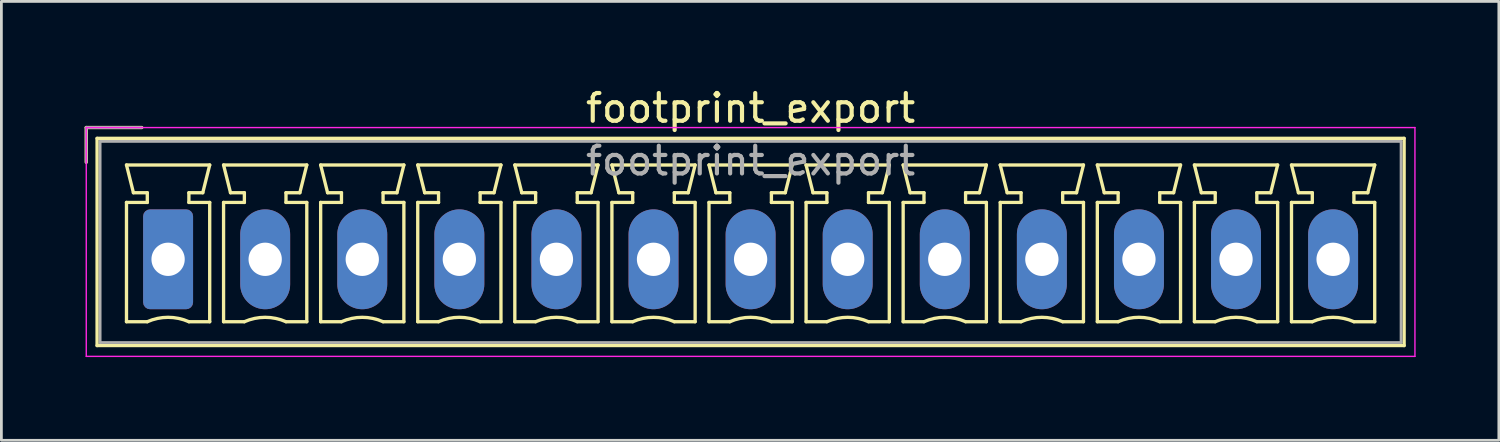
<source format=kicad_pcb>
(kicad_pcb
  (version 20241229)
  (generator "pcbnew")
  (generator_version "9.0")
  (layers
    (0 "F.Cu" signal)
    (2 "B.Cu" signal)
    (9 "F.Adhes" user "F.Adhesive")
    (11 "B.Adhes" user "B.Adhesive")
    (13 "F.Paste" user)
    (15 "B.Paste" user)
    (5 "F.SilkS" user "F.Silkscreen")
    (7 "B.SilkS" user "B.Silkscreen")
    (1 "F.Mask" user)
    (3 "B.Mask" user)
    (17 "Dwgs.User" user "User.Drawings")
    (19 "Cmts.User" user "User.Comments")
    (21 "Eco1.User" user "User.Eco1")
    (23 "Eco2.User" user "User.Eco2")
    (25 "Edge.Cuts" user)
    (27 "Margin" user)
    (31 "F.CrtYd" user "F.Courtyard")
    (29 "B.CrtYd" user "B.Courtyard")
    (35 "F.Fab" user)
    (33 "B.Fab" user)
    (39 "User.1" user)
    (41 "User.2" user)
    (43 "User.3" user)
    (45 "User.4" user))
  (footprint "footprint_export"
    (layer "F.Cu")
    (at 3.01 6.298)
    (property "Reference" "footprint_export" (at 21 -5.45 0) (layer "F.SilkS") (effects (font (size 1 1) (thickness 0.15))))
    (attr through_hole)
    (fp_line (start -2.95 -4.75) (end -0.95 -4.75) (stroke (width 0.12) (type solid)) (layer "F.SilkS"))
    (fp_line (start -2.95 -3.5) (end -2.95 -4.75) (stroke (width 0.12) (type solid)) (layer "F.SilkS"))
    (fp_line (start -2.56 -4.36) (end -2.56 3.11) (stroke (width 0.12) (type solid)) (layer "F.SilkS"))
    (fp_line (start -2.56 3.11) (end 44.56 3.11) (stroke (width 0.12) (type solid)) (layer "F.SilkS"))
    (fp_line (start -1.5 -3.4) (end 1.5 -3.4) (stroke (width 0.12) (type solid)) (layer "F.SilkS"))
    (fp_line (start -1.5 -2.05) (end -0.75 -2.05) (stroke (width 0.12) (type solid)) (layer "F.SilkS"))
    (fp_line (start -1.5 2.25) (end -1.5 -2.05) (stroke (width 0.12) (type solid)) (layer "F.SilkS"))
    (fp_line (start -1.25 -2.4) (end -1.5 -3.4) (stroke (width 0.12) (type solid)) (layer "F.SilkS"))
    (fp_line (start -0.75 -2.4) (end -1.25 -2.4) (stroke (width 0.12) (type solid)) (layer "F.SilkS"))
    (fp_line (start -0.75 -2.05) (end -0.75 -2.4) (stroke (width 0.12) (type solid)) (layer "F.SilkS"))
    (fp_line (start -0.75 2.25) (end -1.5 2.25) (stroke (width 0.12) (type solid)) (layer "F.SilkS"))
    (fp_line (start 0.75 -2.4) (end 0.75 -2.05) (stroke (width 0.12) (type solid)) (layer "F.SilkS"))
    (fp_line (start 0.75 -2.05) (end 1.5 -2.05) (stroke (width 0.12) (type solid)) (layer "F.SilkS"))
    (fp_line (start 1.25 -2.4) (end 0.75 -2.4) (stroke (width 0.12) (type solid)) (layer "F.SilkS"))
    (fp_line (start 1.5 -3.4) (end 1.25 -2.4) (stroke (width 0.12) (type solid)) (layer "F.SilkS"))
    (fp_line (start 1.5 -2.05) (end 1.5 2.25) (stroke (width 0.12) (type solid)) (layer "F.SilkS"))
    (fp_line (start 1.5 2.25) (end 0.75 2.25) (stroke (width 0.12) (type solid)) (layer "F.SilkS"))
    (fp_line (start 2 -3.4) (end 5 -3.4) (stroke (width 0.12) (type solid)) (layer "F.SilkS"))
    (fp_line (start 2 -2.05) (end 2.75 -2.05) (stroke (width 0.12) (type solid)) (layer "F.SilkS"))
    (fp_line (start 2 2.25) (end 2 -2.05) (stroke (width 0.12) (type solid)) (layer "F.SilkS"))
    (fp_line (start 2.25 -2.4) (end 2 -3.4) (stroke (width 0.12) (type solid)) (layer "F.SilkS"))
    (fp_line (start 2.75 -2.4) (end 2.25 -2.4) (stroke (width 0.12) (type solid)) (layer "F.SilkS"))
    (fp_line (start 2.75 -2.05) (end 2.75 -2.4) (stroke (width 0.12) (type solid)) (layer "F.SilkS"))
    (fp_line (start 2.75 2.25) (end 2 2.25) (stroke (width 0.12) (type solid)) (layer "F.SilkS"))
    (fp_line (start 4.25 -2.4) (end 4.25 -2.05) (stroke (width 0.12) (type solid)) (layer "F.SilkS"))
    (fp_line (start 4.25 -2.05) (end 5 -2.05) (stroke (width 0.12) (type solid)) (layer "F.SilkS"))
    (fp_line (start 4.75 -2.4) (end 4.25 -2.4) (stroke (width 0.12) (type solid)) (layer "F.SilkS"))
    (fp_line (start 5 -3.4) (end 4.75 -2.4) (stroke (width 0.12) (type solid)) (layer "F.SilkS"))
    (fp_line (start 5 -2.05) (end 5 2.25) (stroke (width 0.12) (type solid)) (layer "F.SilkS"))
    (fp_line (start 5 2.25) (end 4.25 2.25) (stroke (width 0.12) (type solid)) (layer "F.SilkS"))
    (fp_line (start 5.5 -3.4) (end 8.5 -3.4) (stroke (width 0.12) (type solid)) (layer "F.SilkS"))
    (fp_line (start 5.5 -2.05) (end 6.25 -2.05) (stroke (width 0.12) (type solid)) (layer "F.SilkS"))
    (fp_line (start 5.5 2.25) (end 5.5 -2.05) (stroke (width 0.12) (type solid)) (layer "F.SilkS"))
    (fp_line (start 5.75 -2.4) (end 5.5 -3.4) (stroke (width 0.12) (type solid)) (layer "F.SilkS"))
    (fp_line (start 6.25 -2.4) (end 5.75 -2.4) (stroke (width 0.12) (type solid)) (layer "F.SilkS"))
    (fp_line (start 6.25 -2.05) (end 6.25 -2.4) (stroke (width 0.12) (type solid)) (layer "F.SilkS"))
    (fp_line (start 6.25 2.25) (end 5.5 2.25) (stroke (width 0.12) (type solid)) (layer "F.SilkS"))
    (fp_line (start 7.75 -2.4) (end 7.75 -2.05) (stroke (width 0.12) (type solid)) (layer "F.SilkS"))
    (fp_line (start 7.75 -2.05) (end 8.5 -2.05) (stroke (width 0.12) (type solid)) (layer "F.SilkS"))
    (fp_line (start 8.25 -2.4) (end 7.75 -2.4) (stroke (width 0.12) (type solid)) (layer "F.SilkS"))
    (fp_line (start 8.5 -3.4) (end 8.25 -2.4) (stroke (width 0.12) (type solid)) (layer "F.SilkS"))
    (fp_line (start 8.5 -2.05) (end 8.5 2.25) (stroke (width 0.12) (type solid)) (layer "F.SilkS"))
    (fp_line (start 8.5 2.25) (end 7.75 2.25) (stroke (width 0.12) (type solid)) (layer "F.SilkS"))
    (fp_line (start 9 -3.4) (end 12 -3.4) (stroke (width 0.12) (type solid)) (layer "F.SilkS"))
    (fp_line (start 9 -2.05) (end 9.75 -2.05) (stroke (width 0.12) (type solid)) (layer "F.SilkS"))
    (fp_line (start 9 2.25) (end 9 -2.05) (stroke (width 0.12) (type solid)) (layer "F.SilkS"))
    (fp_line (start 9.25 -2.4) (end 9 -3.4) (stroke (width 0.12) (type solid)) (layer "F.SilkS"))
    (fp_line (start 9.75 -2.4) (end 9.25 -2.4) (stroke (width 0.12) (type solid)) (layer "F.SilkS"))
    (fp_line (start 9.75 -2.05) (end 9.75 -2.4) (stroke (width 0.12) (type solid)) (layer "F.SilkS"))
    (fp_line (start 9.75 2.25) (end 9 2.25) (stroke (width 0.12) (type solid)) (layer "F.SilkS"))
    (fp_line (start 11.25 -2.4) (end 11.25 -2.05) (stroke (width 0.12) (type solid)) (layer "F.SilkS"))
    (fp_line (start 11.25 -2.05) (end 12 -2.05) (stroke (width 0.12) (type solid)) (layer "F.SilkS"))
    (fp_line (start 11.75 -2.4) (end 11.25 -2.4) (stroke (width 0.12) (type solid)) (layer "F.SilkS"))
    (fp_line (start 12 -3.4) (end 11.75 -2.4) (stroke (width 0.12) (type solid)) (layer "F.SilkS"))
    (fp_line (start 12 -2.05) (end 12 2.25) (stroke (width 0.12) (type solid)) (layer "F.SilkS"))
    (fp_line (start 12 2.25) (end 11.25 2.25) (stroke (width 0.12) (type solid)) (layer "F.SilkS"))
    (fp_line (start 12.5 -3.4) (end 15.5 -3.4) (stroke (width 0.12) (type solid)) (layer "F.SilkS"))
    (fp_line (start 12.5 -2.05) (end 13.25 -2.05) (stroke (width 0.12) (type solid)) (layer "F.SilkS"))
    (fp_line (start 12.5 2.25) (end 12.5 -2.05) (stroke (width 0.12) (type solid)) (layer "F.SilkS"))
    (fp_line (start 12.75 -2.4) (end 12.5 -3.4) (stroke (width 0.12) (type solid)) (layer "F.SilkS"))
    (fp_line (start 13.25 -2.4) (end 12.75 -2.4) (stroke (width 0.12) (type solid)) (layer "F.SilkS"))
    (fp_line (start 13.25 -2.05) (end 13.25 -2.4) (stroke (width 0.12) (type solid)) (layer "F.SilkS"))
    (fp_line (start 13.25 2.25) (end 12.5 2.25) (stroke (width 0.12) (type solid)) (layer "F.SilkS"))
    (fp_line (start 14.75 -2.4) (end 14.75 -2.05) (stroke (width 0.12) (type solid)) (layer "F.SilkS"))
    (fp_line (start 14.75 -2.05) (end 15.5 -2.05) (stroke (width 0.12) (type solid)) (layer "F.SilkS"))
    (fp_line (start 15.25 -2.4) (end 14.75 -2.4) (stroke (width 0.12) (type solid)) (layer "F.SilkS"))
    (fp_line (start 15.5 -3.4) (end 15.25 -2.4) (stroke (width 0.12) (type solid)) (layer "F.SilkS"))
    (fp_line (start 15.5 -2.05) (end 15.5 2.25) (stroke (width 0.12) (type solid)) (layer "F.SilkS"))
    (fp_line (start 15.5 2.25) (end 14.75 2.25) (stroke (width 0.12) (type solid)) (layer "F.SilkS"))
    (fp_line (start 16 -3.4) (end 19 -3.4) (stroke (width 0.12) (type solid)) (layer "F.SilkS"))
    (fp_line (start 16 -2.05) (end 16.75 -2.05) (stroke (width 0.12) (type solid)) (layer "F.SilkS"))
    (fp_line (start 16 2.25) (end 16 -2.05) (stroke (width 0.12) (type solid)) (layer "F.SilkS"))
    (fp_line (start 16.25 -2.4) (end 16 -3.4) (stroke (width 0.12) (type solid)) (layer "F.SilkS"))
    (fp_line (start 16.75 -2.4) (end 16.25 -2.4) (stroke (width 0.12) (type solid)) (layer "F.SilkS"))
    (fp_line (start 16.75 -2.05) (end 16.75 -2.4) (stroke (width 0.12) (type solid)) (layer "F.SilkS"))
    (fp_line (start 16.75 2.25) (end 16 2.25) (stroke (width 0.12) (type solid)) (layer "F.SilkS"))
    (fp_line (start 18.25 -2.4) (end 18.25 -2.05) (stroke (width 0.12) (type solid)) (layer "F.SilkS"))
    (fp_line (start 18.25 -2.05) (end 19 -2.05) (stroke (width 0.12) (type solid)) (layer "F.SilkS"))
    (fp_line (start 18.75 -2.4) (end 18.25 -2.4) (stroke (width 0.12) (type solid)) (layer "F.SilkS"))
    (fp_line (start 19 -3.4) (end 18.75 -2.4) (stroke (width 0.12) (type solid)) (layer "F.SilkS"))
    (fp_line (start 19 -2.05) (end 19 2.25) (stroke (width 0.12) (type solid)) (layer "F.SilkS"))
    (fp_line (start 19 2.25) (end 18.25 2.25) (stroke (width 0.12) (type solid)) (layer "F.SilkS"))
    (fp_line (start 19.5 -3.4) (end 22.5 -3.4) (stroke (width 0.12) (type solid)) (layer "F.SilkS"))
    (fp_line (start 19.5 -2.05) (end 20.25 -2.05) (stroke (width 0.12) (type solid)) (layer "F.SilkS"))
    (fp_line (start 19.5 2.25) (end 19.5 -2.05) (stroke (width 0.12) (type solid)) (layer "F.SilkS"))
    (fp_line (start 19.75 -2.4) (end 19.5 -3.4) (stroke (width 0.12) (type solid)) (layer "F.SilkS"))
    (fp_line (start 20.25 -2.4) (end 19.75 -2.4) (stroke (width 0.12) (type solid)) (layer "F.SilkS"))
    (fp_line (start 20.25 -2.05) (end 20.25 -2.4) (stroke (width 0.12) (type solid)) (layer "F.SilkS"))
    (fp_line (start 20.25 2.25) (end 19.5 2.25) (stroke (width 0.12) (type solid)) (layer "F.SilkS"))
    (fp_line (start 21.75 -2.4) (end 21.75 -2.05) (stroke (width 0.12) (type solid)) (layer "F.SilkS"))
    (fp_line (start 21.75 -2.05) (end 22.5 -2.05) (stroke (width 0.12) (type solid)) (layer "F.SilkS"))
    (fp_line (start 22.25 -2.4) (end 21.75 -2.4) (stroke (width 0.12) (type solid)) (layer "F.SilkS"))
    (fp_line (start 22.5 -3.4) (end 22.25 -2.4) (stroke (width 0.12) (type solid)) (layer "F.SilkS"))
    (fp_line (start 22.5 -2.05) (end 22.5 2.25) (stroke (width 0.12) (type solid)) (layer "F.SilkS"))
    (fp_line (start 22.5 2.25) (end 21.75 2.25) (stroke (width 0.12) (type solid)) (layer "F.SilkS"))
    (fp_line (start 23 -3.4) (end 26 -3.4) (stroke (width 0.12) (type solid)) (layer "F.SilkS"))
    (fp_line (start 23 -2.05) (end 23.75 -2.05) (stroke (width 0.12) (type solid)) (layer "F.SilkS"))
    (fp_line (start 23 2.25) (end 23 -2.05) (stroke (width 0.12) (type solid)) (layer "F.SilkS"))
    (fp_line (start 23.25 -2.4) (end 23 -3.4) (stroke (width 0.12) (type solid)) (layer "F.SilkS"))
    (fp_line (start 23.75 -2.4) (end 23.25 -2.4) (stroke (width 0.12) (type solid)) (layer "F.SilkS"))
    (fp_line (start 23.75 -2.05) (end 23.75 -2.4) (stroke (width 0.12) (type solid)) (layer "F.SilkS"))
    (fp_line (start 23.75 2.25) (end 23 2.25) (stroke (width 0.12) (type solid)) (layer "F.SilkS"))
    (fp_line (start 25.25 -2.4) (end 25.25 -2.05) (stroke (width 0.12) (type solid)) (layer "F.SilkS"))
    (fp_line (start 25.25 -2.05) (end 26 -2.05) (stroke (width 0.12) (type solid)) (layer "F.SilkS"))
    (fp_line (start 25.75 -2.4) (end 25.25 -2.4) (stroke (width 0.12) (type solid)) (layer "F.SilkS"))
    (fp_line (start 26 -3.4) (end 25.75 -2.4) (stroke (width 0.12) (type solid)) (layer "F.SilkS"))
    (fp_line (start 26 -2.05) (end 26 2.25) (stroke (width 0.12) (type solid)) (layer "F.SilkS"))
    (fp_line (start 26 2.25) (end 25.25 2.25) (stroke (width 0.12) (type solid)) (layer "F.SilkS"))
    (fp_line (start 26.5 -3.4) (end 29.5 -3.4) (stroke (width 0.12) (type solid)) (layer "F.SilkS"))
    (fp_line (start 26.5 -2.05) (end 27.25 -2.05) (stroke (width 0.12) (type solid)) (layer "F.SilkS"))
    (fp_line (start 26.5 2.25) (end 26.5 -2.05) (stroke (width 0.12) (type solid)) (layer "F.SilkS"))
    (fp_line (start 26.75 -2.4) (end 26.5 -3.4) (stroke (width 0.12) (type solid)) (layer "F.SilkS"))
    (fp_line (start 27.25 -2.4) (end 26.75 -2.4) (stroke (width 0.12) (type solid)) (layer "F.SilkS"))
    (fp_line (start 27.25 -2.05) (end 27.25 -2.4) (stroke (width 0.12) (type solid)) (layer "F.SilkS"))
    (fp_line (start 27.25 2.25) (end 26.5 2.25) (stroke (width 0.12) (type solid)) (layer "F.SilkS"))
    (fp_line (start 28.75 -2.4) (end 28.75 -2.05) (stroke (width 0.12) (type solid)) (layer "F.SilkS"))
    (fp_line (start 28.75 -2.05) (end 29.5 -2.05) (stroke (width 0.12) (type solid)) (layer "F.SilkS"))
    (fp_line (start 29.25 -2.4) (end 28.75 -2.4) (stroke (width 0.12) (type solid)) (layer "F.SilkS"))
    (fp_line (start 29.5 -3.4) (end 29.25 -2.4) (stroke (width 0.12) (type solid)) (layer "F.SilkS"))
    (fp_line (start 29.5 -2.05) (end 29.5 2.25) (stroke (width 0.12) (type solid)) (layer "F.SilkS"))
    (fp_line (start 29.5 2.25) (end 28.75 2.25) (stroke (width 0.12) (type solid)) (layer "F.SilkS"))
    (fp_line (start 30 -3.4) (end 33 -3.4) (stroke (width 0.12) (type solid)) (layer "F.SilkS"))
    (fp_line (start 30 -2.05) (end 30.75 -2.05) (stroke (width 0.12) (type solid)) (layer "F.SilkS"))
    (fp_line (start 30 2.25) (end 30 -2.05) (stroke (width 0.12) (type solid)) (layer "F.SilkS"))
    (fp_line (start 30.25 -2.4) (end 30 -3.4) (stroke (width 0.12) (type solid)) (layer "F.SilkS"))
    (fp_line (start 30.75 -2.4) (end 30.25 -2.4) (stroke (width 0.12) (type solid)) (layer "F.SilkS"))
    (fp_line (start 30.75 -2.05) (end 30.75 -2.4) (stroke (width 0.12) (type solid)) (layer "F.SilkS"))
    (fp_line (start 30.75 2.25) (end 30 2.25) (stroke (width 0.12) (type solid)) (layer "F.SilkS"))
    (fp_line (start 32.25 -2.4) (end 32.25 -2.05) (stroke (width 0.12) (type solid)) (layer "F.SilkS"))
    (fp_line (start 32.25 -2.05) (end 33 -2.05) (stroke (width 0.12) (type solid)) (layer "F.SilkS"))
    (fp_line (start 32.75 -2.4) (end 32.25 -2.4) (stroke (width 0.12) (type solid)) (layer "F.SilkS"))
    (fp_line (start 33 -3.4) (end 32.75 -2.4) (stroke (width 0.12) (type solid)) (layer "F.SilkS"))
    (fp_line (start 33 -2.05) (end 33 2.25) (stroke (width 0.12) (type solid)) (layer "F.SilkS"))
    (fp_line (start 33 2.25) (end 32.25 2.25) (stroke (width 0.12) (type solid)) (layer "F.SilkS"))
    (fp_line (start 33.5 -3.4) (end 36.5 -3.4) (stroke (width 0.12) (type solid)) (layer "F.SilkS"))
    (fp_line (start 33.5 -2.05) (end 34.25 -2.05) (stroke (width 0.12) (type solid)) (layer "F.SilkS"))
    (fp_line (start 33.5 2.25) (end 33.5 -2.05) (stroke (width 0.12) (type solid)) (layer "F.SilkS"))
    (fp_line (start 33.75 -2.4) (end 33.5 -3.4) (stroke (width 0.12) (type solid)) (layer "F.SilkS"))
    (fp_line (start 34.25 -2.4) (end 33.75 -2.4) (stroke (width 0.12) (type solid)) (layer "F.SilkS"))
    (fp_line (start 34.25 -2.05) (end 34.25 -2.4) (stroke (width 0.12) (type solid)) (layer "F.SilkS"))
    (fp_line (start 34.25 2.25) (end 33.5 2.25) (stroke (width 0.12) (type solid)) (layer "F.SilkS"))
    (fp_line (start 35.75 -2.4) (end 35.75 -2.05) (stroke (width 0.12) (type solid)) (layer "F.SilkS"))
    (fp_line (start 35.75 -2.05) (end 36.5 -2.05) (stroke (width 0.12) (type solid)) (layer "F.SilkS"))
    (fp_line (start 36.25 -2.4) (end 35.75 -2.4) (stroke (width 0.12) (type solid)) (layer "F.SilkS"))
    (fp_line (start 36.5 -3.4) (end 36.25 -2.4) (stroke (width 0.12) (type solid)) (layer "F.SilkS"))
    (fp_line (start 36.5 -2.05) (end 36.5 2.25) (stroke (width 0.12) (type solid)) (layer "F.SilkS"))
    (fp_line (start 36.5 2.25) (end 35.75 2.25) (stroke (width 0.12) (type solid)) (layer "F.SilkS"))
    (fp_line (start 37 -3.4) (end 40 -3.4) (stroke (width 0.12) (type solid)) (layer "F.SilkS"))
    (fp_line (start 37 -2.05) (end 37.75 -2.05) (stroke (width 0.12) (type solid)) (layer "F.SilkS"))
    (fp_line (start 37 2.25) (end 37 -2.05) (stroke (width 0.12) (type solid)) (layer "F.SilkS"))
    (fp_line (start 37.25 -2.4) (end 37 -3.4) (stroke (width 0.12) (type solid)) (layer "F.SilkS"))
    (fp_line (start 37.75 -2.4) (end 37.25 -2.4) (stroke (width 0.12) (type solid)) (layer "F.SilkS"))
    (fp_line (start 37.75 -2.05) (end 37.75 -2.4) (stroke (width 0.12) (type solid)) (layer "F.SilkS"))
    (fp_line (start 37.75 2.25) (end 37 2.25) (stroke (width 0.12) (type solid)) (layer "F.SilkS"))
    (fp_line (start 39.25 -2.4) (end 39.25 -2.05) (stroke (width 0.12) (type solid)) (layer "F.SilkS"))
    (fp_line (start 39.25 -2.05) (end 40 -2.05) (stroke (width 0.12) (type solid)) (layer "F.SilkS"))
    (fp_line (start 39.75 -2.4) (end 39.25 -2.4) (stroke (width 0.12) (type solid)) (layer "F.SilkS"))
    (fp_line (start 40 -3.4) (end 39.75 -2.4) (stroke (width 0.12) (type solid)) (layer "F.SilkS"))
    (fp_line (start 40 -2.05) (end 40 2.25) (stroke (width 0.12) (type solid)) (layer "F.SilkS"))
    (fp_line (start 40 2.25) (end 39.25 2.25) (stroke (width 0.12) (type solid)) (layer "F.SilkS"))
    (fp_line (start 40.5 -3.4) (end 43.5 -3.4) (stroke (width 0.12) (type solid)) (layer "F.SilkS"))
    (fp_line (start 40.5 -2.05) (end 41.25 -2.05) (stroke (width 0.12) (type solid)) (layer "F.SilkS"))
    (fp_line (start 40.5 2.25) (end 40.5 -2.05) (stroke (width 0.12) (type solid)) (layer "F.SilkS"))
    (fp_line (start 40.75 -2.4) (end 40.5 -3.4) (stroke (width 0.12) (type solid)) (layer "F.SilkS"))
    (fp_line (start 41.25 -2.4) (end 40.75 -2.4) (stroke (width 0.12) (type solid)) (layer "F.SilkS"))
    (fp_line (start 41.25 -2.05) (end 41.25 -2.4) (stroke (width 0.12) (type solid)) (layer "F.SilkS"))
    (fp_line (start 41.25 2.25) (end 40.5 2.25) (stroke (width 0.12) (type solid)) (layer "F.SilkS"))
    (fp_line (start 42.75 -2.4) (end 42.75 -2.05) (stroke (width 0.12) (type solid)) (layer "F.SilkS"))
    (fp_line (start 42.75 -2.05) (end 43.5 -2.05) (stroke (width 0.12) (type solid)) (layer "F.SilkS"))
    (fp_line (start 43.25 -2.4) (end 42.75 -2.4) (stroke (width 0.12) (type solid)) (layer "F.SilkS"))
    (fp_line (start 43.5 -3.4) (end 43.25 -2.4) (stroke (width 0.12) (type solid)) (layer "F.SilkS"))
    (fp_line (start 43.5 -2.05) (end 43.5 2.25) (stroke (width 0.12) (type solid)) (layer "F.SilkS"))
    (fp_line (start 43.5 2.25) (end 42.75 2.25) (stroke (width 0.12) (type solid)) (layer "F.SilkS"))
    (fp_line (start 44.56 -4.36) (end -2.56 -4.36) (stroke (width 0.12) (type solid)) (layer "F.SilkS"))
    (fp_line (start 44.56 3.11) (end 44.56 -4.36) (stroke (width 0.12) (type solid)) (layer "F.SilkS"))
    (fp_arc (start -0.75 2.25) (mid -0.000193 2.09191) (end 0.749647 2.249844) (stroke (width 0.12) (type solid)) (layer "F.SilkS"))
    (fp_arc (start 2.75 2.25) (mid 3.499807 2.09191) (end 4.249647 2.249844) (stroke (width 0.12) (type solid)) (layer "F.SilkS"))
    (fp_arc (start 6.25 2.25) (mid 6.999807 2.09191) (end 7.749647 2.249844) (stroke (width 0.12) (type solid)) (layer "F.SilkS"))
    (fp_arc (start 9.75 2.25) (mid 10.499807 2.09191) (end 11.249647 2.249844) (stroke (width 0.12) (type solid)) (layer "F.SilkS"))
    (fp_arc (start 13.25 2.25) (mid 13.999807 2.09191) (end 14.749647 2.249844) (stroke (width 0.12) (type solid)) (layer "F.SilkS"))
    (fp_arc (start 16.75 2.25) (mid 17.499807 2.09191) (end 18.249647 2.249844) (stroke (width 0.12) (type solid)) (layer "F.SilkS"))
    (fp_arc (start 20.25 2.25) (mid 20.999807 2.09191) (end 21.749647 2.249844) (stroke (width 0.12) (type solid)) (layer "F.SilkS"))
    (fp_arc (start 23.75 2.25) (mid 24.499807 2.09191) (end 25.249647 2.249844) (stroke (width 0.12) (type solid)) (layer "F.SilkS"))
    (fp_arc (start 27.25 2.25) (mid 27.999807 2.09191) (end 28.749647 2.249844) (stroke (width 0.12) (type solid)) (layer "F.SilkS"))
    (fp_arc (start 30.75 2.25) (mid 31.499807 2.09191) (end 32.249647 2.249844) (stroke (width 0.12) (type solid)) (layer "F.SilkS"))
    (fp_arc (start 34.25 2.25) (mid 34.999807 2.09191) (end 35.749647 2.249844) (stroke (width 0.12) (type solid)) (layer "F.SilkS"))
    (fp_arc (start 37.75 2.25) (mid 38.499807 2.09191) (end 39.249647 2.249844) (stroke (width 0.12) (type solid)) (layer "F.SilkS"))
    (fp_arc (start 41.25 2.25) (mid 41.999807 2.09191) (end 42.749647 2.249844) (stroke (width 0.12) (type solid)) (layer "F.SilkS"))
    (fp_line (start -2.95 -4.75) (end -2.95 3.5) (stroke (width 0.05) (type solid)) (layer "F.CrtYd"))
    (fp_line (start -2.95 3.5) (end 44.95 3.5) (stroke (width 0.05) (type solid)) (layer "F.CrtYd"))
    (fp_line (start 44.95 -4.75) (end -2.95 -4.75) (stroke (width 0.05) (type solid)) (layer "F.CrtYd"))
    (fp_line (start 44.95 3.5) (end 44.95 -4.75) (stroke (width 0.05) (type solid)) (layer "F.CrtYd"))
    (fp_line (start -2.95 -4.75) (end -0.95 -4.75) (stroke (width 0.1) (type solid)) (layer "F.Fab"))
    (fp_line (start -2.95 -3.5) (end -2.95 -4.75) (stroke (width 0.1) (type solid)) (layer "F.Fab"))
    (fp_line (start -2.45 -4.25) (end -2.45 3) (stroke (width 0.1) (type solid)) (layer "F.Fab"))
    (fp_line (start -2.45 3) (end 44.45 3) (stroke (width 0.1) (type solid)) (layer "F.Fab"))
    (fp_line (start 44.45 -4.25) (end -2.45 -4.25) (stroke (width 0.1) (type solid)) (layer "F.Fab"))
    (fp_line (start 44.45 3) (end 44.45 -4.25) (stroke (width 0.1) (type solid)) (layer "F.Fab"))
    (fp_text user "${REFERENCE}" (at 21 -3.55 0) (layer "F.Fab") (effects (font (size 1 1) (thickness 0.15))))
    (pad "1" thru_hole roundrect (at 0 0) (size 1.8 3.6) (drill 1.2) (layers "*.Cu" "*.Mask") (roundrect_rratio 0.139))
    (pad "2" thru_hole oval (at 3.5 0) (size 1.8 3.6) (drill 1.2) (layers "*.Cu" "*.Mask"))
    (pad "3" thru_hole oval (at 7 0) (size 1.8 3.6) (drill 1.2) (layers "*.Cu" "*.Mask"))
    (pad "4" thru_hole oval (at 10.5 0) (size 1.8 3.6) (drill 1.2) (layers "*.Cu" "*.Mask"))
    (pad "5" thru_hole oval (at 14 0) (size 1.8 3.6) (drill 1.2) (layers "*.Cu" "*.Mask"))
    (pad "6" thru_hole oval (at 17.5 0) (size 1.8 3.6) (drill 1.2) (layers "*.Cu" "*.Mask"))
    (pad "7" thru_hole oval (at 21 0) (size 1.8 3.6) (drill 1.2) (layers "*.Cu" "*.Mask"))
    (pad "8" thru_hole oval (at 24.5 0) (size 1.8 3.6) (drill 1.2) (layers "*.Cu" "*.Mask"))
    (pad "9" thru_hole oval (at 28 0) (size 1.8 3.6) (drill 1.2) (layers "*.Cu" "*.Mask"))
    (pad "10" thru_hole oval (at 31.5 0) (size 1.8 3.6) (drill 1.2) (layers "*.Cu" "*.Mask"))
    (pad "11" thru_hole oval (at 35 0) (size 1.8 3.6) (drill 1.2) (layers "*.Cu" "*.Mask"))
    (pad "12" thru_hole oval (at 38.5 0) (size 1.8 3.6) (drill 1.2) (layers "*.Cu" "*.Mask"))
    (pad "13" thru_hole oval (at 42 0) (size 1.8 3.6) (drill 1.2) (layers "*.Cu" "*.Mask")))
  (gr_rect
    (start -3 -3)
    (end 50.985 12.823)
    (stroke (width 0.1) (type default))
    (fill no)
    (layer "Edge.Cuts")))
</source>
